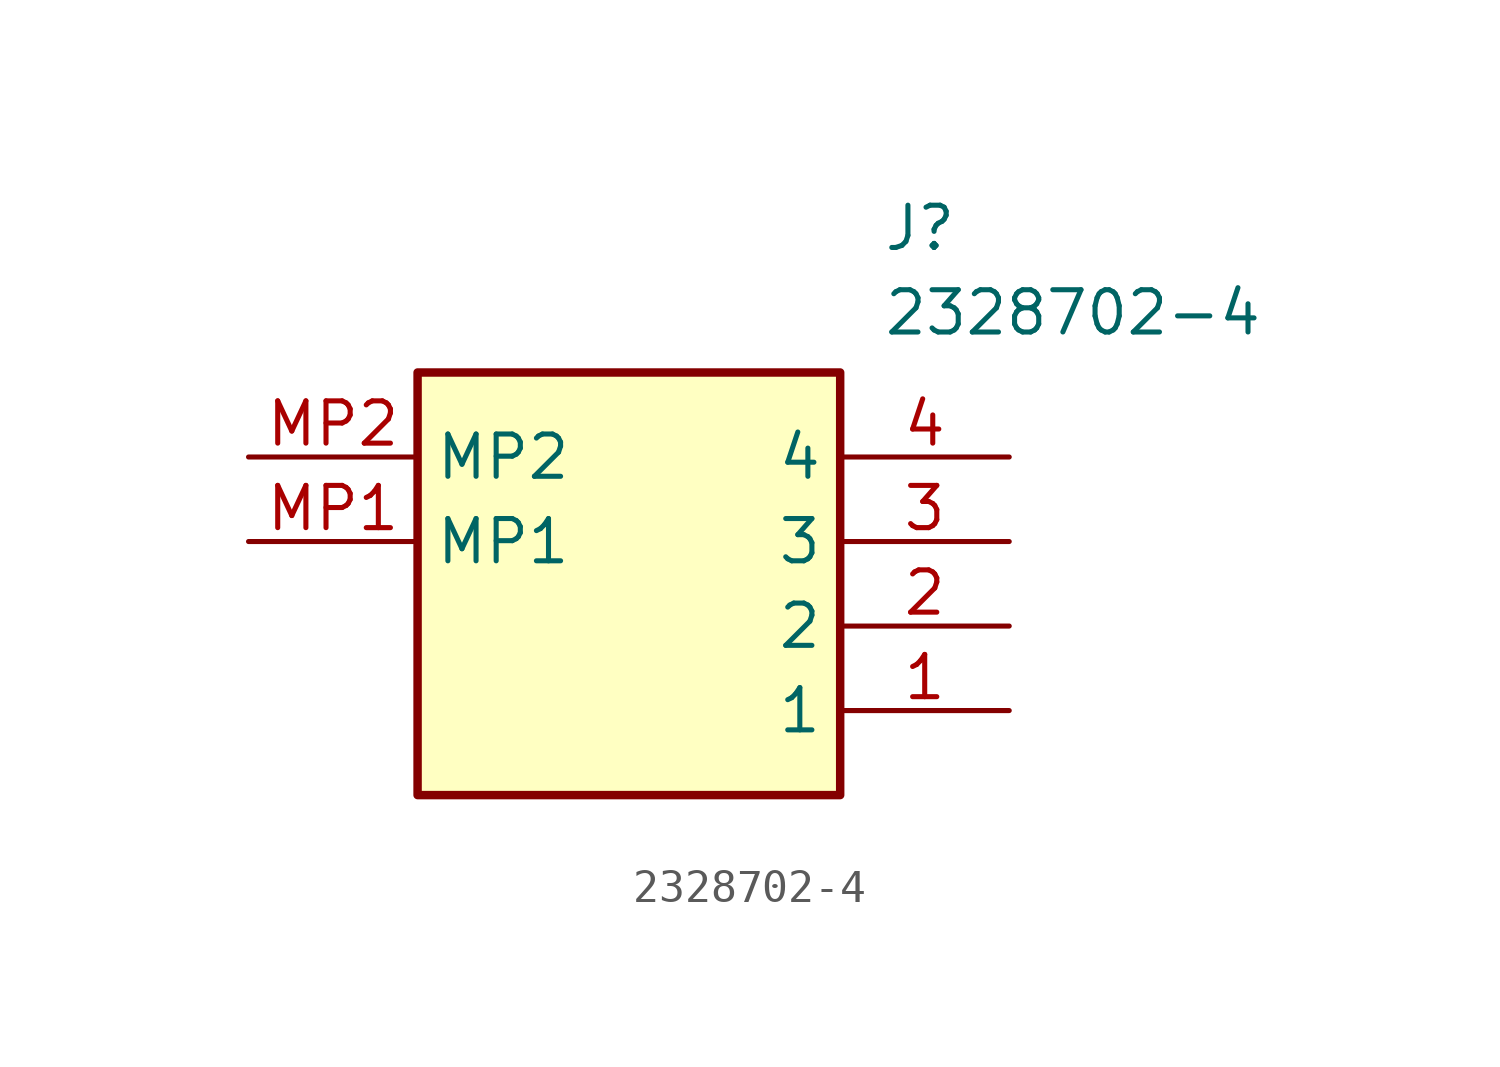
<source format=kicad_sym>
(kicad_symbol_lib
  (version 20211014)
  (generator SamacSys_ECAD_Model)
  (symbol "2328702-4"
    (property "Reference" "J"
      (at 19.05 7.62 0)
      (effects (font (size 1.27 1.27)) (justify left top)))
    (property "Value" "2328702-4"
      (at 19.05 5.08 0)
      (effects (font (size 1.27 1.27)) (justify left top)))
    (rectangle
      (start 5.08 2.54)
      (end 17.78 -10.16)
      (stroke (width 0.254) (type default))
      (fill (type background)))
    (pin passive line
      (at 22.86 -7.62 180)
      (length 5.08)
      (name "1" (effects (font (size 1.27 1.27))))
      (number "1" (effects (font (size 1.27 1.27)))))
    (pin passive line
      (at 22.86 -5.08 180)
      (length 5.08)
      (name "2" (effects (font (size 1.27 1.27))))
      (number "2" (effects (font (size 1.27 1.27)))))
    (pin passive line
      (at 22.86 -2.54 180)
      (length 5.08)
      (name "3" (effects (font (size 1.27 1.27))))
      (number "3" (effects (font (size 1.27 1.27)))))
    (pin passive line
      (at 22.86 0 180)
      (length 5.08)
      (name "4" (effects (font (size 1.27 1.27))))
      (number "4" (effects (font (size 1.27 1.27)))))
    (pin passive line
      (at 0 -2.54 0)
      (length 5.08)
      (name "MP1" (effects (font (size 1.27 1.27))))
      (number "MP1" (effects (font (size 1.27 1.27)))))
    (pin passive line
      (at 0 0 0)
      (length 5.08)
      (name "MP2" (effects (font (size 1.27 1.27))))
      (number "MP2" (effects (font (size 1.27 1.27)))))))
</source>
